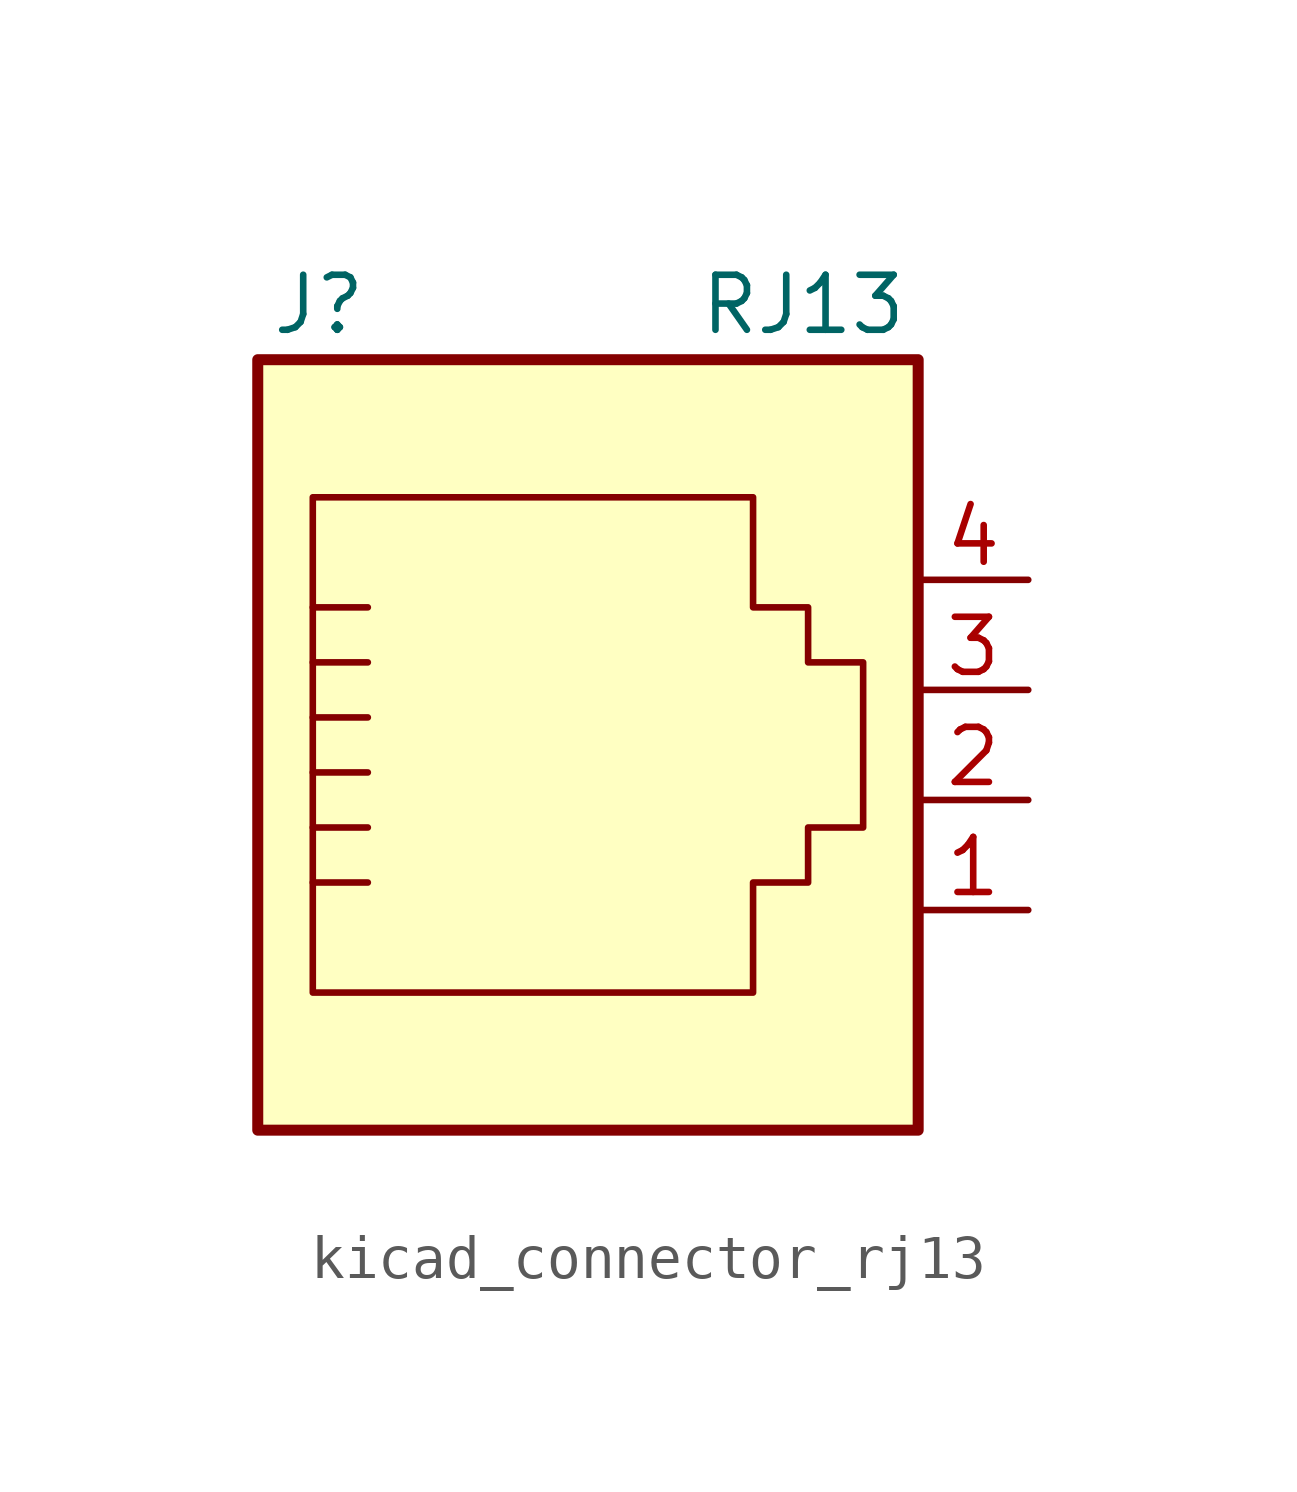
<source format=kicad_sym>
(kicad_symbol_lib
  (version 20220914)
  (generator kicad_symbol_editor)
  (symbol "kicad_connector_rj13"
    (pin_names
      (offset 1.016))
    (property "Reference" "J"
      (at -5.08 11.43 0)
      (effects (font (size 1.27 1.27)) (justify right)))
    (property "Value" "RJ13"
      (at 2.54 11.43 0)
      (effects (font (size 1.27 1.27)) (justify left)))
    (symbol "kicad_connector_rj13_0_1"
      (polyline (pts (xy -6.35 -1.905) (xy -5.08 -1.905) (xy -5.08 -1.905)) (stroke (width 0) (type default)) (fill (type none)))
      (polyline (pts (xy -6.35 -0.635) (xy -5.08 -0.635) (xy -5.08 -0.635)) (stroke (width 0) (type default)) (fill (type none)))
      (polyline (pts (xy -6.35 0.635) (xy -5.08 0.635) (xy -5.08 0.635)) (stroke (width 0) (type default)) (fill (type none)))
      (polyline (pts (xy -6.35 1.905) (xy -5.08 1.905) (xy -5.08 1.905)) (stroke (width 0) (type default)) (fill (type none)))
      (polyline (pts (xy -6.35 3.175) (xy -5.08 3.175) (xy -5.08 3.175)) (stroke (width 0) (type default)) (fill (type none)))
      (polyline (pts (xy -5.08 4.445) (xy -6.35 4.445) (xy -6.35 4.445)) (stroke (width 0) (type default)) (fill (type none)))
      (polyline (pts (xy -6.35 -4.445) (xy -6.35 6.985) (xy 3.81 6.985) (xy 3.81 4.445) (xy 5.08 4.445) (xy 5.08 3.175) (xy 6.35 3.175) (xy 6.35 -0.635) (xy 5.08 -0.635) (xy 5.08 -1.905) (xy 3.81 -1.905) (xy 3.81 -4.445) (xy -6.35 -4.445) (xy -6.35 -4.445)) (stroke (width 0) (type default)) (fill (type none)))
      (rectangle (start 7.62 10.16) (end -7.62 -7.62) (stroke (width 0.254) (type default)) (fill (type background))))
    (symbol "kicad_connector_rj13_1_1"
      (pin passive line (at 10.16 -2.54 180) (length 2.54) (name "~" (effects (font (size 1.27 1.27)))) (number "1" (effects (font (size 1.27 1.27)))))
      (pin passive line (at 10.16 0 180) (length 2.54) (name "~" (effects (font (size 1.27 1.27)))) (number "2" (effects (font (size 1.27 1.27)))))
      (pin passive line (at 10.16 2.54 180) (length 2.54) (name "~" (effects (font (size 1.27 1.27)))) (number "3" (effects (font (size 1.27 1.27)))))
      (pin passive line (at 10.16 5.08 180) (length 2.54) (name "~" (effects (font (size 1.27 1.27)))) (number "4" (effects (font (size 1.27 1.27))))))))
</source>
